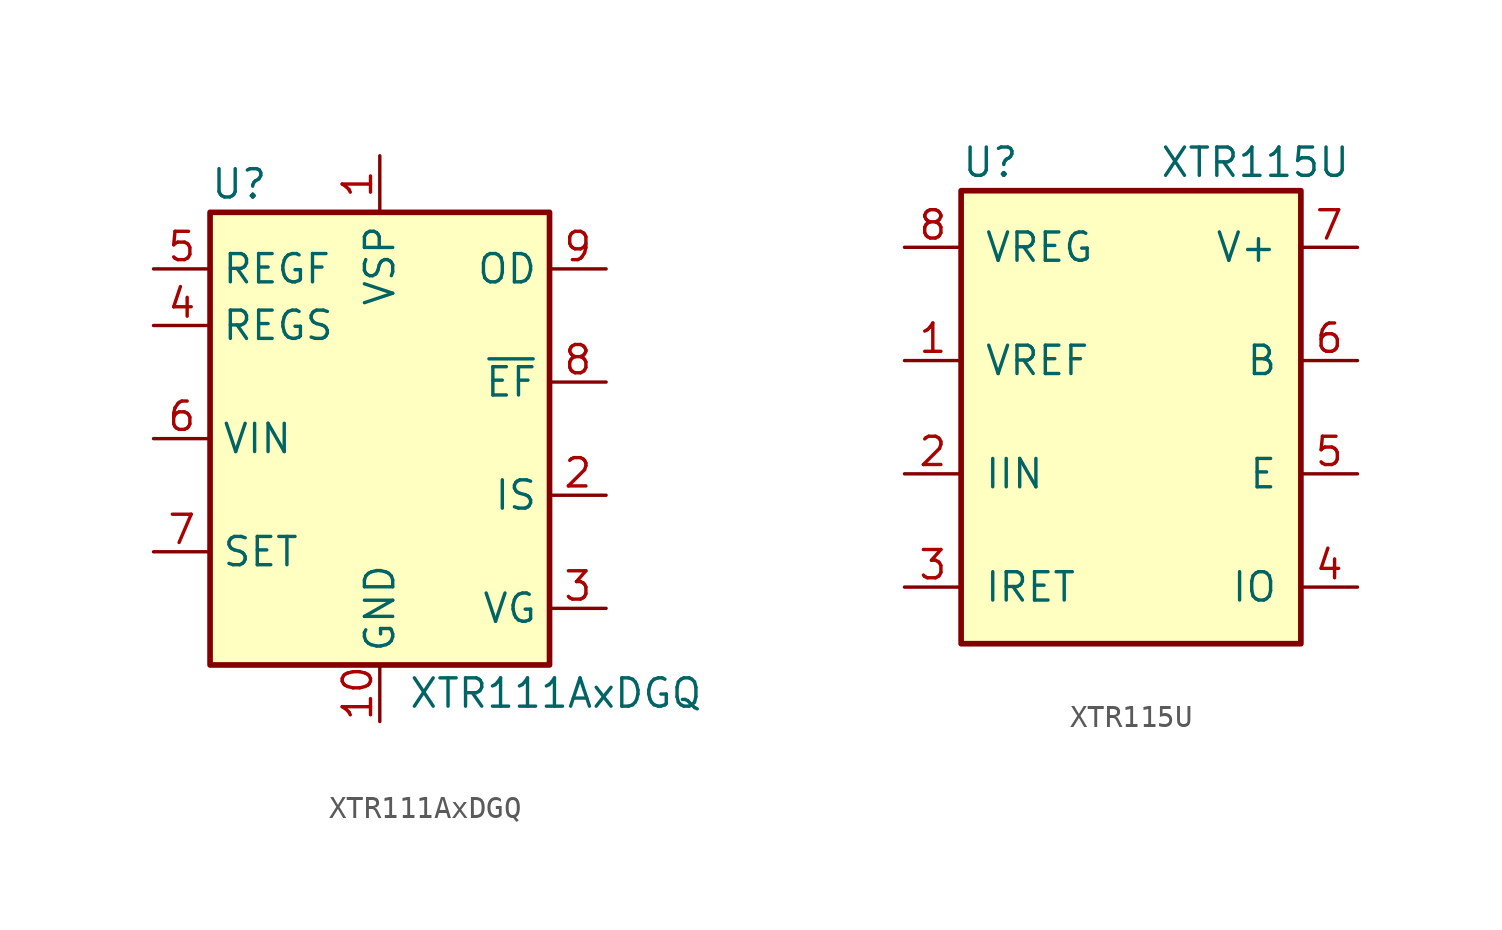
<source format=kicad_sym>
(kicad_symbol_lib
  (version 20201005)
  (generator kicad_symbol_editor)
  (symbol "Interface_CurrentLoop:XTR111AxDGQ"
    (property "Reference" "U"
      (at -7.62 11.43 0)
      (effects (font (size 1.27 1.27)) (justify left)))
    (property "Value" "XTR111AxDGQ"
      (at 1.27 -11.43 0)
      (effects (font (size 1.27 1.27)) (justify left)))
    (symbol "XTR111AxDGQ_0_1"
      (rectangle (start -7.62 10.16) (end 7.62 -10.16) (stroke (width 0.254)) (fill (type background))))
    (symbol "XTR111AxDGQ_1_1"
      (pin power_in line (at 0 12.7 270) (length 2.54) (name "VSP" (effects (font (size 1.27 1.27)))) (number "1" (effects (font (size 1.27 1.27)))))
      (pin power_in line (at 0 -12.7 90) (length 2.54) (name "GND" (effects (font (size 1.27 1.27)))) (number "10" (effects (font (size 1.27 1.27)))))
      (pin power_in line (at 0 -12.7 90) (length 2.54) hide (name "GND" (effects (font (size 1.27 1.27)))) (number "11" (effects (font (size 1.27 1.27)))))
      (pin output line (at 10.16 -2.54 180) (length 2.54) (name "IS" (effects (font (size 1.27 1.27)))) (number "2" (effects (font (size 1.27 1.27)))))
      (pin output line (at 10.16 -7.62 180) (length 2.54) (name "VG" (effects (font (size 1.27 1.27)))) (number "3" (effects (font (size 1.27 1.27)))))
      (pin input line (at -10.16 5.08 0) (length 2.54) (name "REGS" (effects (font (size 1.27 1.27)))) (number "4" (effects (font (size 1.27 1.27)))))
      (pin output line (at -10.16 7.62 0) (length 2.54) (name "REGF" (effects (font (size 1.27 1.27)))) (number "5" (effects (font (size 1.27 1.27)))))
      (pin input line (at -10.16 0 0) (length 2.54) (name "VIN" (effects (font (size 1.27 1.27)))) (number "6" (effects (font (size 1.27 1.27)))))
      (pin passive line (at -10.16 -5.08 0) (length 2.54) (name "SET" (effects (font (size 1.27 1.27)))) (number "7" (effects (font (size 1.27 1.27)))))
      (pin open_collector line (at 10.16 2.54 180) (length 2.54) (name "~EF" (effects (font (size 1.27 1.27)))) (number "8" (effects (font (size 1.27 1.27)))))
      (pin input line (at 10.16 7.62 180) (length 2.54) (name "OD" (effects (font (size 1.27 1.27)))) (number "9" (effects (font (size 1.27 1.27)))))))
  (symbol "Interface_CurrentLoop:XTR115U"
    (pin_names
      (offset 1.016))
    (property "Reference" "U"
      (at -7.62 13.97 0)
      (effects (font (size 1.27 1.27)) (justify left)))
    (property "Value" "XTR115U"
      (at 1.27 13.97 0)
      (effects (font (size 1.27 1.27)) (justify left)))
    (symbol "XTR115U_0_1"
      (rectangle (start -7.62 12.7) (end 7.62 -7.62) (stroke (width 0.254)) (fill (type background))))
    (symbol "XTR115U_1_1"
      (pin output line (at -10.16 5.08 0) (length 2.54) (name "VREF" (effects (font (size 1.27 1.27)))) (number "1" (effects (font (size 1.27 1.27)))))
      (pin input line (at -10.16 0 0) (length 2.54) (name "IIN" (effects (font (size 1.27 1.27)))) (number "2" (effects (font (size 1.27 1.27)))))
      (pin input line (at -10.16 -5.08 0) (length 2.54) (name "IRET" (effects (font (size 1.27 1.27)))) (number "3" (effects (font (size 1.27 1.27)))))
      (pin passive line (at 10.16 -5.08 180) (length 2.54) (name "IO" (effects (font (size 1.27 1.27)))) (number "4" (effects (font (size 1.27 1.27)))))
      (pin passive line (at 10.16 0 180) (length 2.54) (name "E" (effects (font (size 1.27 1.27)))) (number "5" (effects (font (size 1.27 1.27)))))
      (pin output line (at 10.16 5.08 180) (length 2.54) (name "B" (effects (font (size 1.27 1.27)))) (number "6" (effects (font (size 1.27 1.27)))))
      (pin output line (at 10.16 10.16 180) (length 2.54) (name "V+" (effects (font (size 1.27 1.27)))) (number "7" (effects (font (size 1.27 1.27)))))
      (pin output line (at -10.16 10.16 0) (length 2.54) (name "VREG" (effects (font (size 1.27 1.27)))) (number "8" (effects (font (size 1.27 1.27))))))))
</source>
